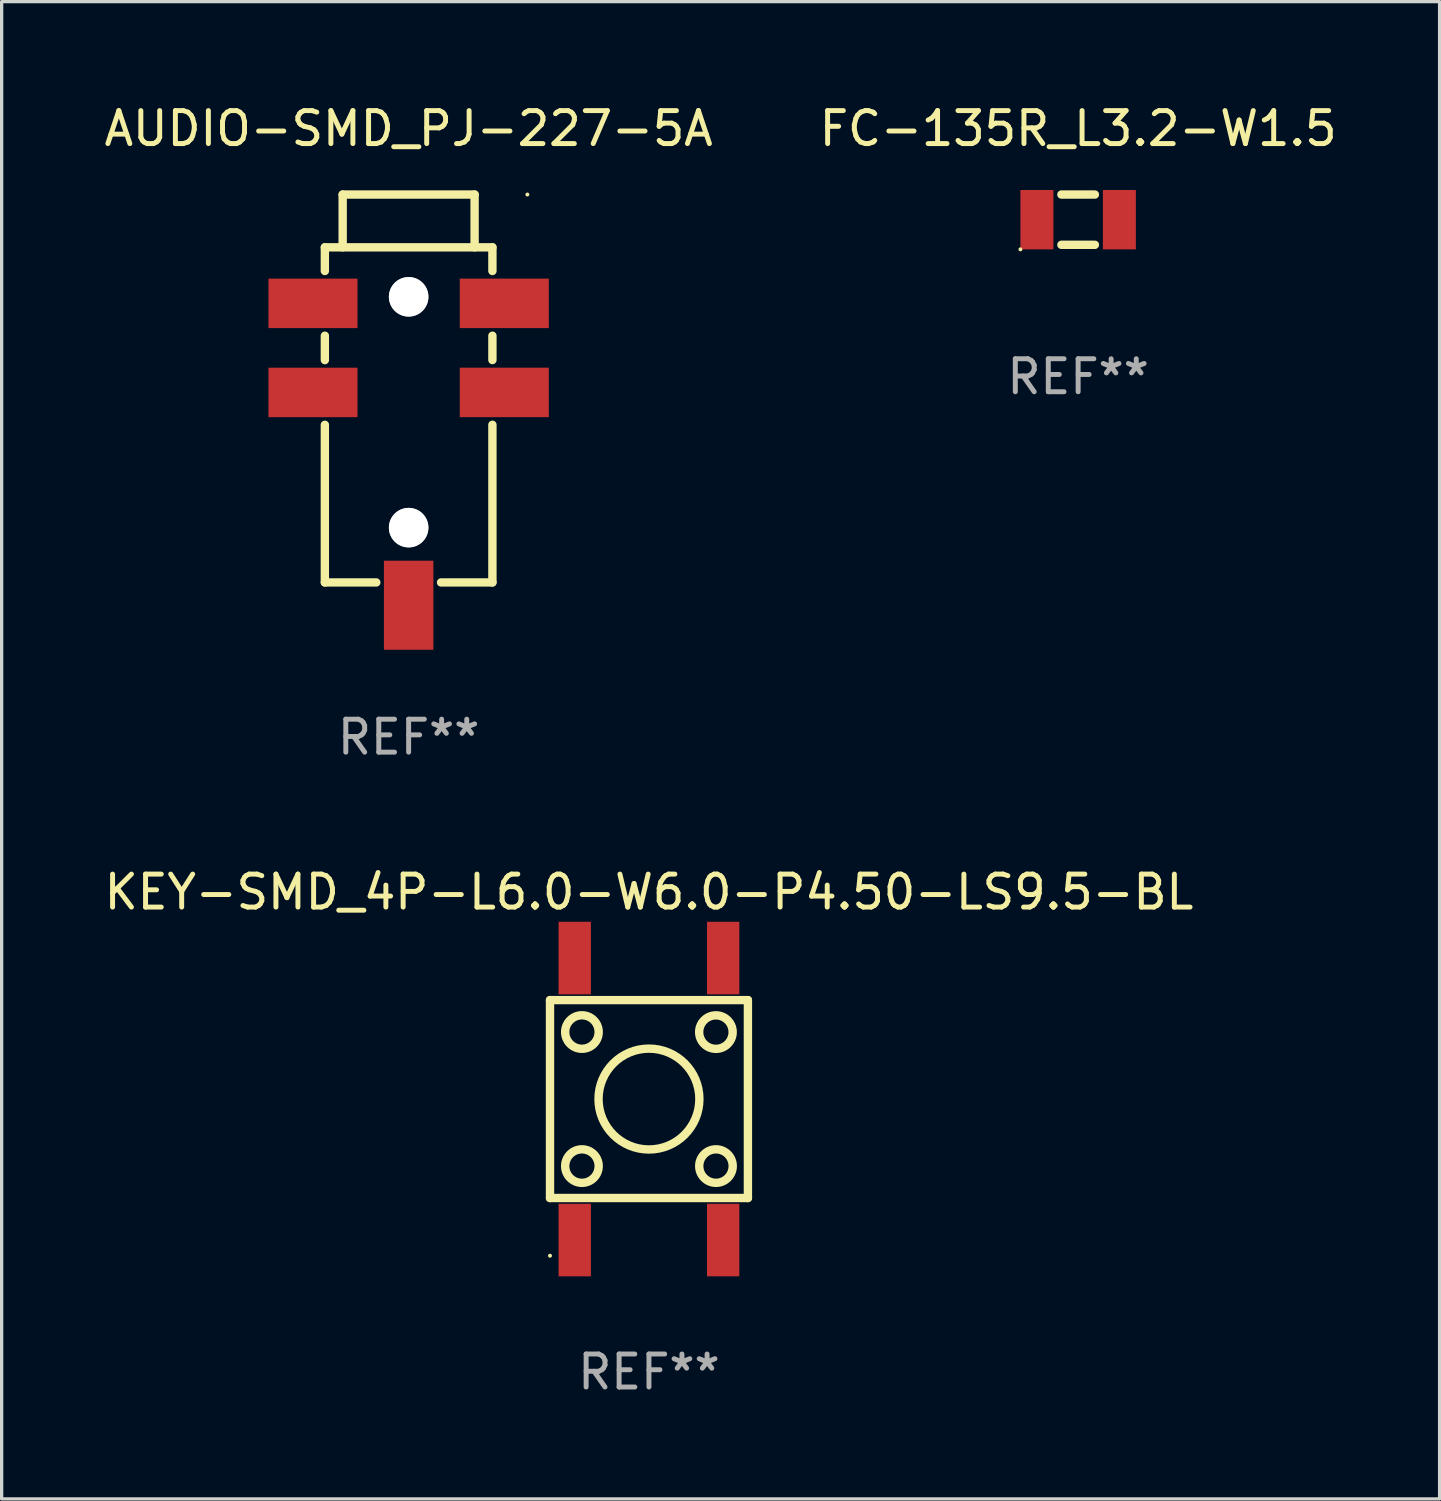
<source format=kicad_pcb>
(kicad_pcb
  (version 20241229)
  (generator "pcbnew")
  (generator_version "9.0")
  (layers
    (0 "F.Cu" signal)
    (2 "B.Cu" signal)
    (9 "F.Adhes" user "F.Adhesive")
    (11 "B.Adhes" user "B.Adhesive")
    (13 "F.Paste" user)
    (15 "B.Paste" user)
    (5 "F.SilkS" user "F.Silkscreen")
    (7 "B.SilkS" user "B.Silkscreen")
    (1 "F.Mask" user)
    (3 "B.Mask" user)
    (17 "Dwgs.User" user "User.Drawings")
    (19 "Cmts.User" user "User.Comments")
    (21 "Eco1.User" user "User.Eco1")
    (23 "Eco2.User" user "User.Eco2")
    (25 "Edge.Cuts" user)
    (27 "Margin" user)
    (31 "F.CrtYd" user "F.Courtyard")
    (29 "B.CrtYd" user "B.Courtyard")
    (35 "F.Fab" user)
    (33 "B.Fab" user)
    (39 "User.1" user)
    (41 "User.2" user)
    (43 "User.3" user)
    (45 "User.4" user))
  (footprint "FC-135R_L3.2-W1.5"
    (layer "F.Cu")
    (at 29.637 3.61)
    (property "Reference" "FC-135R_L3.2-W1.5" (at 0 -2.762 0) (layer "F.SilkS") (effects (font (size 1 1) (thickness 0.15))))
    (attr smd)
    (fp_line (start -0.508 -0.762) (end 0.508 -0.762) (stroke (width 0.254) (type solid)) (layer "F.SilkS"))
    (fp_line (start 0.508 0.762) (end -0.508 0.762) (stroke (width 0.254) (type solid)) (layer "F.SilkS"))
    (fp_circle (center -1.75 0.9) (end -1.72 0.9) (stroke (width 0.06) (type solid)) (fill no) (layer "F.SilkS"))
    (fp_text user "REF**" (at 0 4.762 0) (layer "F.Fab") (effects (font (size 1 1) (thickness 0.15))))
    (pad "1" smd rect (at -1.25 0.000127 90) (size 1.8 1) (layers "F.Cu" "F.Mask" "F.Paste"))
    (pad "2" smd rect (at 1.25 0.000127 90) (size 1.8 1) (layers "F.Cu" "F.Mask" "F.Paste")))
  (footprint "AUDIO-SMD_PJ-227-5A"
    (layer "F.Cu")
    (at 9.339 10.723)
    (property "Reference" "AUDIO-SMD_PJ-227-5A" (at 0 -9.875 0) (layer "F.SilkS") (effects (font (size 1 1) (thickness 0.15))))
    (attr smd)
    (fp_line (start -2.54 -6.275) (end -2.54 -5.557) (stroke (width 0.254) (type solid)) (layer "F.SilkS"))
    (fp_line (start -2.54 -6.275) (end 2.54 -6.275) (stroke (width 0.254) (type solid)) (layer "F.SilkS"))
    (fp_line (start -2.54 -3.595) (end -2.54 -2.856) (stroke (width 0.254) (type solid)) (layer "F.SilkS"))
    (fp_line (start -2.54 -0.894) (end -2.54 3.885) (stroke (width 0.254) (type solid)) (layer "F.SilkS"))
    (fp_line (start -2.54 3.885) (end -0.981 3.885) (stroke (width 0.254) (type solid)) (layer "F.SilkS"))
    (fp_line (start -2 -7.875) (end 2 -7.875) (stroke (width 0.254) (type solid)) (layer "F.SilkS"))
    (fp_line (start -2 -6.275) (end -2 -7.875) (stroke (width 0.254) (type solid)) (layer "F.SilkS"))
    (fp_line (start 0.982 3.885) (end 2.54 3.885) (stroke (width 0.254) (type solid)) (layer "F.SilkS"))
    (fp_line (start 2 -6.275) (end 2 -7.875) (stroke (width 0.254) (type solid)) (layer "F.SilkS"))
    (fp_line (start 2.54 -6.275) (end 2.54 -5.557) (stroke (width 0.254) (type solid)) (layer "F.SilkS"))
    (fp_line (start 2.54 -3.595) (end 2.54 -2.857) (stroke (width 0.254) (type solid)) (layer "F.SilkS"))
    (fp_line (start 2.54 -0.895) (end 2.54 3.885) (stroke (width 0.254) (type solid)) (layer "F.SilkS"))
    (fp_circle (center 3.6 -7.875) (end 3.63 -7.875) (stroke (width 0.06) (type solid)) (fill no) (layer "F.SilkS"))
    (fp_circle (center 0.000381 -4.774) (end 0.2 -4.774) (stroke (width 0.4) (type solid)) (fill no) (layer "F.Fab"))
    (fp_circle (center 0.000381 2.224) (end 0.2 2.224) (stroke (width 0.4) (type solid)) (fill no) (layer "F.Fab"))
    (fp_text user "REF**" (at 0 8.576 0) (layer "F.Fab") (effects (font (size 1 1) (thickness 0.15))))
    (pad "" np_thru_hole circle (at 0.000381 -4.774) (size 1.2 1.2) (drill 1.2) (layers "*.Cu" "*.Mask"))
    (pad "" np_thru_hole circle (at 0.000381 2.224) (size 1.2 1.2) (drill 1.2) (layers "*.Cu" "*.Mask"))
    (pad "1" smd rect (at 2.9 -4.576) (size 2.7 1.5) (layers "F.Cu" "F.Mask" "F.Paste"))
    (pad "2" smd rect (at 0.000381 4.576 90) (size 2.7 1.5) (layers "F.Cu" "F.Mask" "F.Paste"))
    (pad "3" smd rect (at 2.9 -1.876) (size 2.7 1.5) (layers "F.Cu" "F.Mask" "F.Paste"))
    (pad "4" smd rect (at -2.9 -4.576) (size 2.7 1.5) (layers "F.Cu" "F.Mask" "F.Paste"))
    (pad "5" smd rect (at -2.9 -1.875) (size 2.7 1.5) (layers "F.Cu" "F.Mask" "F.Paste")))
  (footprint "KEY-SMD_4P-L6.0-W6.0-P4.50-LS9.5-BL"
    (layer "F.Cu")
    (at 16.625 30.271)
    (property "Reference" "KEY-SMD_4P-L6.0-W6.0-P4.50-LS9.5-BL" (at -0.000013 -6.275 0) (layer "F.SilkS") (effects (font (size 1 1) (thickness 0.15))))
    (attr smd)
    (fp_line (start -3 -3) (end 3 -3) (stroke (width 0.254) (type solid)) (layer "F.SilkS"))
    (fp_line (start -3 3) (end -3 -3) (stroke (width 0.254) (type solid)) (layer "F.SilkS"))
    (fp_line (start 3 -3) (end 3 3) (stroke (width 0.254) (type solid)) (layer "F.SilkS"))
    (fp_line (start 3 3) (end -3 3) (stroke (width 0.254) (type solid)) (layer "F.SilkS"))
    (fp_circle (center -3 4.75) (end -2.97 4.75) (stroke (width 0.06) (type solid)) (fill no) (layer "F.SilkS"))
    (fp_circle (center -2.032 -2.032) (end -1.524 -2.032) (stroke (width 0.254) (type solid)) (fill no) (layer "F.SilkS"))
    (fp_circle (center -2.032 2.032) (end -1.524 2.032) (stroke (width 0.254) (type solid)) (fill no) (layer "F.SilkS"))
    (fp_circle (center -0.000127 -0.000127) (end 1.529 -0.000127) (stroke (width 0.254) (type solid)) (fill no) (layer "F.SilkS"))
    (fp_circle (center 2.03 -2.03) (end 2.538 -2.03) (stroke (width 0.254) (type solid)) (fill no) (layer "F.SilkS"))
    (fp_circle (center 2.032 2.032) (end 2.54 2.032) (stroke (width 0.254) (type solid)) (fill no) (layer "F.SilkS"))
    (fp_text user "REF**" (at -0.000013 8.275 0) (layer "F.Fab") (effects (font (size 1 1) (thickness 0.15))))
    (pad "1" smd rect (at -2.25 4.275) (size 0.98 2.2) (layers "F.Cu" "F.Mask" "F.Paste"))
    (pad "2" smd rect (at -2.25 -4.275) (size 0.98 2.2) (layers "F.Cu" "F.Mask" "F.Paste"))
    (pad "3" smd rect (at 2.25 4.275) (size 0.98 2.2) (layers "F.Cu" "F.Mask" "F.Paste"))
    (pad "4" smd rect (at 2.25 -4.275) (size 0.98 2.2) (layers "F.Cu" "F.Mask" "F.Paste")))
  (gr_rect
    (start -3 -3)
    (end 40.595 42.394)
    (stroke (width 0.1) (type default))
    (fill no)
    (layer "Edge.Cuts")))
</source>
